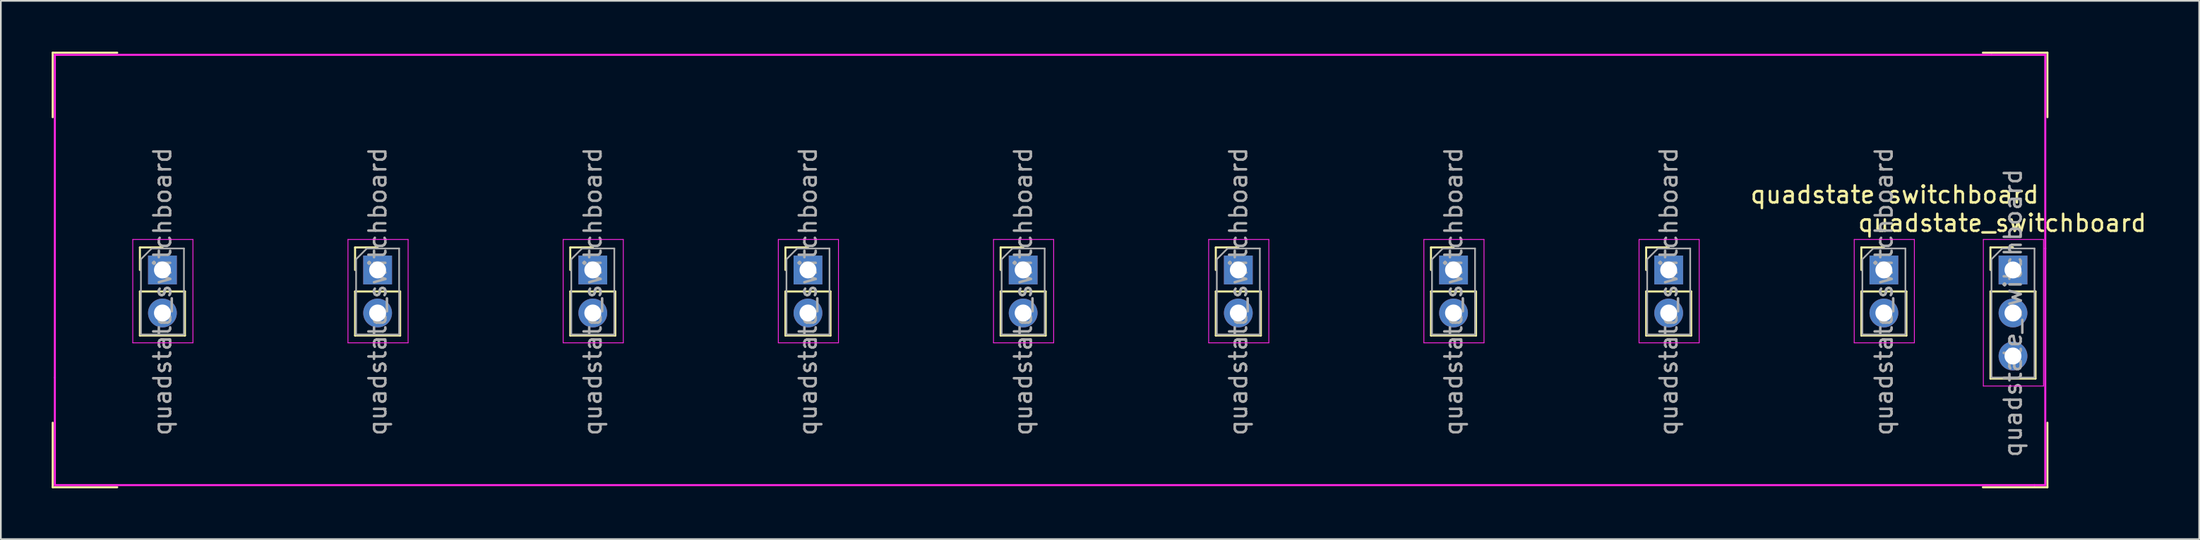
<source format=kicad_pcb>
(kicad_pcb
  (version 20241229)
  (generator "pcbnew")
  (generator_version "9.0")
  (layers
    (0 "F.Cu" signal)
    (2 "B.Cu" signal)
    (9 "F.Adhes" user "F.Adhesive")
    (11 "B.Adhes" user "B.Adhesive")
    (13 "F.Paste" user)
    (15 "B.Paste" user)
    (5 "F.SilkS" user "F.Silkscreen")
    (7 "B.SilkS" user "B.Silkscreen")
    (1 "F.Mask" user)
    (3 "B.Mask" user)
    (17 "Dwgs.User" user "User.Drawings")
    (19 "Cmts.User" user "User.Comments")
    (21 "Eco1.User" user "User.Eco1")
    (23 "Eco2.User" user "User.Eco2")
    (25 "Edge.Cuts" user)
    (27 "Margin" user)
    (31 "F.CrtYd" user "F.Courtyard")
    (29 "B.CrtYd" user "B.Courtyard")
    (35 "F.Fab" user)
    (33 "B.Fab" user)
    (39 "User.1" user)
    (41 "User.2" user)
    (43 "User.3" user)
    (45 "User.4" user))
  (footprint "quadstate_switchboard"
    (layer "F.Cu")
    (at 54.797 12.887)
    (property "Reference" "quadstate_switchboard" (at 60.325 -2.77 0) (layer "F.SilkS") (effects (font (size 1 1) (thickness 0.15))))
    (attr through_hole)
    (fp_line (start -54.737 -12.827) (end -54.737 -9.017) (stroke (width 0.12) (type solid)) (layer "F.SilkS"))
    (fp_line (start -54.737 -12.827) (end -50.927 -12.827) (stroke (width 0.12) (type solid)) (layer "F.SilkS"))
    (fp_line (start -54.737 12.827) (end -54.737 9.017) (stroke (width 0.12) (type solid)) (layer "F.SilkS"))
    (fp_line (start -54.737 12.827) (end -50.927 12.827) (stroke (width 0.12) (type solid)) (layer "F.SilkS"))
    (fp_line (start -49.59 -1.33) (end -49.59 0) (stroke (width 0.12) (type solid)) (layer "F.SilkS"))
    (fp_line (start -49.59 1.27) (end -49.59 3.87) (stroke (width 0.12) (type solid)) (layer "F.SilkS"))
    (fp_line (start -48.26 -1.33) (end -49.59 -1.33) (stroke (width 0.12) (type solid)) (layer "F.SilkS"))
    (fp_line (start -46.93 1.27) (end -49.59 1.27) (stroke (width 0.12) (type solid)) (layer "F.SilkS"))
    (fp_line (start -46.93 1.27) (end -46.93 3.87) (stroke (width 0.12) (type solid)) (layer "F.SilkS"))
    (fp_line (start -46.93 3.87) (end -49.59 3.87) (stroke (width 0.12) (type solid)) (layer "F.SilkS"))
    (fp_line (start -36.89 -1.33) (end -36.89 0) (stroke (width 0.12) (type solid)) (layer "F.SilkS"))
    (fp_line (start -36.89 1.27) (end -36.89 3.87) (stroke (width 0.12) (type solid)) (layer "F.SilkS"))
    (fp_line (start -35.56 -1.33) (end -36.89 -1.33) (stroke (width 0.12) (type solid)) (layer "F.SilkS"))
    (fp_line (start -34.23 1.27) (end -36.89 1.27) (stroke (width 0.12) (type solid)) (layer "F.SilkS"))
    (fp_line (start -34.23 1.27) (end -34.23 3.87) (stroke (width 0.12) (type solid)) (layer "F.SilkS"))
    (fp_line (start -34.23 3.87) (end -36.89 3.87) (stroke (width 0.12) (type solid)) (layer "F.SilkS"))
    (fp_line (start -24.19 -1.33) (end -24.19 0) (stroke (width 0.12) (type solid)) (layer "F.SilkS"))
    (fp_line (start -24.19 1.27) (end -24.19 3.87) (stroke (width 0.12) (type solid)) (layer "F.SilkS"))
    (fp_line (start -22.86 -1.33) (end -24.19 -1.33) (stroke (width 0.12) (type solid)) (layer "F.SilkS"))
    (fp_line (start -21.53 1.27) (end -24.19 1.27) (stroke (width 0.12) (type solid)) (layer "F.SilkS"))
    (fp_line (start -21.53 1.27) (end -21.53 3.87) (stroke (width 0.12) (type solid)) (layer "F.SilkS"))
    (fp_line (start -21.53 3.87) (end -24.19 3.87) (stroke (width 0.12) (type solid)) (layer "F.SilkS"))
    (fp_line (start -11.49 -1.33) (end -11.49 0) (stroke (width 0.12) (type solid)) (layer "F.SilkS"))
    (fp_line (start -11.49 1.27) (end -11.49 3.87) (stroke (width 0.12) (type solid)) (layer "F.SilkS"))
    (fp_line (start -10.16 -1.33) (end -11.49 -1.33) (stroke (width 0.12) (type solid)) (layer "F.SilkS"))
    (fp_line (start -8.83 1.27) (end -11.49 1.27) (stroke (width 0.12) (type solid)) (layer "F.SilkS"))
    (fp_line (start -8.83 1.27) (end -8.83 3.87) (stroke (width 0.12) (type solid)) (layer "F.SilkS"))
    (fp_line (start -8.83 3.87) (end -11.49 3.87) (stroke (width 0.12) (type solid)) (layer "F.SilkS"))
    (fp_line (start 1.21 -1.33) (end 1.21 0) (stroke (width 0.12) (type solid)) (layer "F.SilkS"))
    (fp_line (start 1.21 1.27) (end 1.21 3.87) (stroke (width 0.12) (type solid)) (layer "F.SilkS"))
    (fp_line (start 2.54 -1.33) (end 1.21 -1.33) (stroke (width 0.12) (type solid)) (layer "F.SilkS"))
    (fp_line (start 3.87 1.27) (end 1.21 1.27) (stroke (width 0.12) (type solid)) (layer "F.SilkS"))
    (fp_line (start 3.87 1.27) (end 3.87 3.87) (stroke (width 0.12) (type solid)) (layer "F.SilkS"))
    (fp_line (start 3.87 3.87) (end 1.21 3.87) (stroke (width 0.12) (type solid)) (layer "F.SilkS"))
    (fp_line (start 13.91 -1.33) (end 13.91 0) (stroke (width 0.12) (type solid)) (layer "F.SilkS"))
    (fp_line (start 13.91 1.27) (end 13.91 3.87) (stroke (width 0.12) (type solid)) (layer "F.SilkS"))
    (fp_line (start 15.24 -1.33) (end 13.91 -1.33) (stroke (width 0.12) (type solid)) (layer "F.SilkS"))
    (fp_line (start 16.57 1.27) (end 13.91 1.27) (stroke (width 0.12) (type solid)) (layer "F.SilkS"))
    (fp_line (start 16.57 1.27) (end 16.57 3.87) (stroke (width 0.12) (type solid)) (layer "F.SilkS"))
    (fp_line (start 16.57 3.87) (end 13.91 3.87) (stroke (width 0.12) (type solid)) (layer "F.SilkS"))
    (fp_line (start 26.61 -1.33) (end 26.61 0) (stroke (width 0.12) (type solid)) (layer "F.SilkS"))
    (fp_line (start 26.61 1.27) (end 26.61 3.87) (stroke (width 0.12) (type solid)) (layer "F.SilkS"))
    (fp_line (start 27.94 -1.33) (end 26.61 -1.33) (stroke (width 0.12) (type solid)) (layer "F.SilkS"))
    (fp_line (start 29.27 1.27) (end 26.61 1.27) (stroke (width 0.12) (type solid)) (layer "F.SilkS"))
    (fp_line (start 29.27 1.27) (end 29.27 3.87) (stroke (width 0.12) (type solid)) (layer "F.SilkS"))
    (fp_line (start 29.27 3.87) (end 26.61 3.87) (stroke (width 0.12) (type solid)) (layer "F.SilkS"))
    (fp_line (start 39.31 -1.33) (end 39.31 0) (stroke (width 0.12) (type solid)) (layer "F.SilkS"))
    (fp_line (start 39.31 1.27) (end 39.31 3.87) (stroke (width 0.12) (type solid)) (layer "F.SilkS"))
    (fp_line (start 40.64 -1.33) (end 39.31 -1.33) (stroke (width 0.12) (type solid)) (layer "F.SilkS"))
    (fp_line (start 41.97 1.27) (end 39.31 1.27) (stroke (width 0.12) (type solid)) (layer "F.SilkS"))
    (fp_line (start 41.97 1.27) (end 41.97 3.87) (stroke (width 0.12) (type solid)) (layer "F.SilkS"))
    (fp_line (start 41.97 3.87) (end 39.31 3.87) (stroke (width 0.12) (type solid)) (layer "F.SilkS"))
    (fp_line (start 52.01 -1.33) (end 52.01 0) (stroke (width 0.12) (type solid)) (layer "F.SilkS"))
    (fp_line (start 52.01 1.27) (end 52.01 3.87) (stroke (width 0.12) (type solid)) (layer "F.SilkS"))
    (fp_line (start 53.34 -1.33) (end 52.01 -1.33) (stroke (width 0.12) (type solid)) (layer "F.SilkS"))
    (fp_line (start 54.67 1.27) (end 52.01 1.27) (stroke (width 0.12) (type solid)) (layer "F.SilkS"))
    (fp_line (start 54.67 1.27) (end 54.67 3.87) (stroke (width 0.12) (type solid)) (layer "F.SilkS"))
    (fp_line (start 54.67 3.87) (end 52.01 3.87) (stroke (width 0.12) (type solid)) (layer "F.SilkS"))
    (fp_line (start 59.63 -1.33) (end 59.63 0) (stroke (width 0.12) (type solid)) (layer "F.SilkS"))
    (fp_line (start 59.63 1.27) (end 59.63 6.41) (stroke (width 0.12) (type solid)) (layer "F.SilkS"))
    (fp_line (start 60.96 -1.33) (end 59.63 -1.33) (stroke (width 0.12) (type solid)) (layer "F.SilkS"))
    (fp_line (start 62.29 1.27) (end 59.63 1.27) (stroke (width 0.12) (type solid)) (layer "F.SilkS"))
    (fp_line (start 62.29 1.27) (end 62.29 6.41) (stroke (width 0.12) (type solid)) (layer "F.SilkS"))
    (fp_line (start 62.29 6.41) (end 59.63 6.41) (stroke (width 0.12) (type solid)) (layer "F.SilkS"))
    (fp_line (start 62.992 -12.827) (end 59.182 -12.827) (stroke (width 0.12) (type solid)) (layer "F.SilkS"))
    (fp_line (start 62.992 -12.827) (end 62.992 -9.017) (stroke (width 0.12) (type solid)) (layer "F.SilkS"))
    (fp_line (start 62.992 12.827) (end 59.182 12.827) (stroke (width 0.12) (type solid)) (layer "F.SilkS"))
    (fp_line (start 62.992 12.827) (end 62.992 9.017) (stroke (width 0.12) (type solid)) (layer "F.SilkS"))
    (fp_line (start -54.61 -12.7) (end -54.61 6.35) (stroke (width 0.12) (type solid)) (layer "F.CrtYd"))
    (fp_line (start -54.61 12.7) (end -54.61 6.35) (stroke (width 0.12) (type solid)) (layer "F.CrtYd"))
    (fp_line (start -50.01 -1.8) (end -50.01 4.3) (stroke (width 0.05) (type solid)) (layer "F.CrtYd"))
    (fp_line (start -50.01 4.3) (end -46.46 4.3) (stroke (width 0.05) (type solid)) (layer "F.CrtYd"))
    (fp_line (start -46.46 -1.8) (end -50.01 -1.8) (stroke (width 0.05) (type solid)) (layer "F.CrtYd"))
    (fp_line (start -46.46 4.3) (end -46.46 -1.8) (stroke (width 0.05) (type solid)) (layer "F.CrtYd"))
    (fp_line (start -37.31 -1.8) (end -37.31 4.3) (stroke (width 0.05) (type solid)) (layer "F.CrtYd"))
    (fp_line (start -37.31 4.3) (end -33.76 4.3) (stroke (width 0.05) (type solid)) (layer "F.CrtYd"))
    (fp_line (start -33.76 -1.8) (end -37.31 -1.8) (stroke (width 0.05) (type solid)) (layer "F.CrtYd"))
    (fp_line (start -33.76 4.3) (end -33.76 -1.8) (stroke (width 0.05) (type solid)) (layer "F.CrtYd"))
    (fp_line (start -24.61 -1.8) (end -24.61 4.3) (stroke (width 0.05) (type solid)) (layer "F.CrtYd"))
    (fp_line (start -24.61 4.3) (end -21.06 4.3) (stroke (width 0.05) (type solid)) (layer "F.CrtYd"))
    (fp_line (start -21.06 -1.8) (end -24.61 -1.8) (stroke (width 0.05) (type solid)) (layer "F.CrtYd"))
    (fp_line (start -21.06 4.3) (end -21.06 -1.8) (stroke (width 0.05) (type solid)) (layer "F.CrtYd"))
    (fp_line (start -11.91 -1.8) (end -11.91 4.3) (stroke (width 0.05) (type solid)) (layer "F.CrtYd"))
    (fp_line (start -11.91 4.3) (end -8.36 4.3) (stroke (width 0.05) (type solid)) (layer "F.CrtYd"))
    (fp_line (start -8.36 -1.8) (end -11.91 -1.8) (stroke (width 0.05) (type solid)) (layer "F.CrtYd"))
    (fp_line (start -8.36 4.3) (end -8.36 -1.8) (stroke (width 0.05) (type solid)) (layer "F.CrtYd"))
    (fp_line (start 0.79 -1.8) (end 0.79 4.3) (stroke (width 0.05) (type solid)) (layer "F.CrtYd"))
    (fp_line (start 0.79 4.3) (end 4.34 4.3) (stroke (width 0.05) (type solid)) (layer "F.CrtYd"))
    (fp_line (start 4.34 -1.8) (end 0.79 -1.8) (stroke (width 0.05) (type solid)) (layer "F.CrtYd"))
    (fp_line (start 4.34 4.3) (end 4.34 -1.8) (stroke (width 0.05) (type solid)) (layer "F.CrtYd"))
    (fp_line (start 13.49 -1.8) (end 13.49 4.3) (stroke (width 0.05) (type solid)) (layer "F.CrtYd"))
    (fp_line (start 13.49 4.3) (end 17.04 4.3) (stroke (width 0.05) (type solid)) (layer "F.CrtYd"))
    (fp_line (start 17.04 -1.8) (end 13.49 -1.8) (stroke (width 0.05) (type solid)) (layer "F.CrtYd"))
    (fp_line (start 17.04 4.3) (end 17.04 -1.8) (stroke (width 0.05) (type solid)) (layer "F.CrtYd"))
    (fp_line (start 26.19 -1.8) (end 26.19 4.3) (stroke (width 0.05) (type solid)) (layer "F.CrtYd"))
    (fp_line (start 26.19 4.3) (end 29.74 4.3) (stroke (width 0.05) (type solid)) (layer "F.CrtYd"))
    (fp_line (start 29.74 -1.8) (end 26.19 -1.8) (stroke (width 0.05) (type solid)) (layer "F.CrtYd"))
    (fp_line (start 29.74 4.3) (end 29.74 -1.8) (stroke (width 0.05) (type solid)) (layer "F.CrtYd"))
    (fp_line (start 38.89 -1.8) (end 38.89 4.3) (stroke (width 0.05) (type solid)) (layer "F.CrtYd"))
    (fp_line (start 38.89 4.3) (end 42.44 4.3) (stroke (width 0.05) (type solid)) (layer "F.CrtYd"))
    (fp_line (start 42.44 -1.8) (end 38.89 -1.8) (stroke (width 0.05) (type solid)) (layer "F.CrtYd"))
    (fp_line (start 42.44 4.3) (end 42.44 -1.8) (stroke (width 0.05) (type solid)) (layer "F.CrtYd"))
    (fp_line (start 51.59 -1.8) (end 51.59 4.3) (stroke (width 0.05) (type solid)) (layer "F.CrtYd"))
    (fp_line (start 51.59 4.3) (end 55.14 4.3) (stroke (width 0.05) (type solid)) (layer "F.CrtYd"))
    (fp_line (start 55.14 -1.8) (end 51.59 -1.8) (stroke (width 0.05) (type solid)) (layer "F.CrtYd"))
    (fp_line (start 55.14 4.3) (end 55.14 -1.8) (stroke (width 0.05) (type solid)) (layer "F.CrtYd"))
    (fp_line (start 59.21 -1.8) (end 59.21 6.85) (stroke (width 0.05) (type solid)) (layer "F.CrtYd"))
    (fp_line (start 59.21 6.85) (end 62.76 6.85) (stroke (width 0.05) (type solid)) (layer "F.CrtYd"))
    (fp_line (start 59.69 -12.7) (end -54.61 -12.7) (stroke (width 0.12) (type solid)) (layer "F.CrtYd"))
    (fp_line (start 62.23 12.7) (end -54.61 12.7) (stroke (width 0.12) (type solid)) (layer "F.CrtYd"))
    (fp_line (start 62.76 -1.8) (end 59.21 -1.8) (stroke (width 0.05) (type solid)) (layer "F.CrtYd"))
    (fp_line (start 62.76 6.85) (end 62.76 -1.8) (stroke (width 0.05) (type solid)) (layer "F.CrtYd"))
    (fp_line (start 62.865 -12.7) (end 59.69 -12.7) (stroke (width 0.12) (type solid)) (layer "F.CrtYd"))
    (fp_line (start 62.865 -1.27) (end 62.865 -12.7) (stroke (width 0.12) (type solid)) (layer "F.CrtYd"))
    (fp_line (start 62.865 -1.27) (end 62.865 12.7) (stroke (width 0.12) (type solid)) (layer "F.CrtYd"))
    (fp_line (start 62.865 12.7) (end 62.23 12.7) (stroke (width 0.12) (type solid)) (layer "F.CrtYd"))
    (fp_line (start -49.53 -0.635) (end -49.53 3.81) (stroke (width 0.1) (type solid)) (layer "F.Fab"))
    (fp_line (start -49.53 3.81) (end -46.99 3.81) (stroke (width 0.1) (type solid)) (layer "F.Fab"))
    (fp_line (start -48.895 -1.27) (end -49.53 -0.635) (stroke (width 0.1) (type solid)) (layer "F.Fab"))
    (fp_line (start -46.99 -1.27) (end -48.895 -1.27) (stroke (width 0.1) (type solid)) (layer "F.Fab"))
    (fp_line (start -46.99 3.81) (end -46.99 -1.27) (stroke (width 0.1) (type solid)) (layer "F.Fab"))
    (fp_line (start -36.83 -0.635) (end -36.83 3.81) (stroke (width 0.1) (type solid)) (layer "F.Fab"))
    (fp_line (start -36.83 3.81) (end -34.29 3.81) (stroke (width 0.1) (type solid)) (layer "F.Fab"))
    (fp_line (start -36.195 -1.27) (end -36.83 -0.635) (stroke (width 0.1) (type solid)) (layer "F.Fab"))
    (fp_line (start -34.29 -1.27) (end -36.195 -1.27) (stroke (width 0.1) (type solid)) (layer "F.Fab"))
    (fp_line (start -34.29 3.81) (end -34.29 -1.27) (stroke (width 0.1) (type solid)) (layer "F.Fab"))
    (fp_line (start -24.13 -0.635) (end -24.13 3.81) (stroke (width 0.1) (type solid)) (layer "F.Fab"))
    (fp_line (start -24.13 3.81) (end -21.59 3.81) (stroke (width 0.1) (type solid)) (layer "F.Fab"))
    (fp_line (start -23.495 -1.27) (end -24.13 -0.635) (stroke (width 0.1) (type solid)) (layer "F.Fab"))
    (fp_line (start -21.59 -1.27) (end -23.495 -1.27) (stroke (width 0.1) (type solid)) (layer "F.Fab"))
    (fp_line (start -21.59 3.81) (end -21.59 -1.27) (stroke (width 0.1) (type solid)) (layer "F.Fab"))
    (fp_line (start -11.43 -0.635) (end -11.43 3.81) (stroke (width 0.1) (type solid)) (layer "F.Fab"))
    (fp_line (start -11.43 3.81) (end -8.89 3.81) (stroke (width 0.1) (type solid)) (layer "F.Fab"))
    (fp_line (start -10.795 -1.27) (end -11.43 -0.635) (stroke (width 0.1) (type solid)) (layer "F.Fab"))
    (fp_line (start -8.89 -1.27) (end -10.795 -1.27) (stroke (width 0.1) (type solid)) (layer "F.Fab"))
    (fp_line (start -8.89 3.81) (end -8.89 -1.27) (stroke (width 0.1) (type solid)) (layer "F.Fab"))
    (fp_line (start 1.27 -0.635) (end 1.27 3.81) (stroke (width 0.1) (type solid)) (layer "F.Fab"))
    (fp_line (start 1.27 3.81) (end 3.81 3.81) (stroke (width 0.1) (type solid)) (layer "F.Fab"))
    (fp_line (start 1.905 -1.27) (end 1.27 -0.635) (stroke (width 0.1) (type solid)) (layer "F.Fab"))
    (fp_line (start 3.81 -1.27) (end 1.905 -1.27) (stroke (width 0.1) (type solid)) (layer "F.Fab"))
    (fp_line (start 3.81 3.81) (end 3.81 -1.27) (stroke (width 0.1) (type solid)) (layer "F.Fab"))
    (fp_line (start 13.97 -0.635) (end 13.97 3.81) (stroke (width 0.1) (type solid)) (layer "F.Fab"))
    (fp_line (start 13.97 3.81) (end 16.51 3.81) (stroke (width 0.1) (type solid)) (layer "F.Fab"))
    (fp_line (start 14.605 -1.27) (end 13.97 -0.635) (stroke (width 0.1) (type solid)) (layer "F.Fab"))
    (fp_line (start 16.51 -1.27) (end 14.605 -1.27) (stroke (width 0.1) (type solid)) (layer "F.Fab"))
    (fp_line (start 16.51 3.81) (end 16.51 -1.27) (stroke (width 0.1) (type solid)) (layer "F.Fab"))
    (fp_line (start 26.67 -0.635) (end 26.67 3.81) (stroke (width 0.1) (type solid)) (layer "F.Fab"))
    (fp_line (start 26.67 3.81) (end 29.21 3.81) (stroke (width 0.1) (type solid)) (layer "F.Fab"))
    (fp_line (start 27.305 -1.27) (end 26.67 -0.635) (stroke (width 0.1) (type solid)) (layer "F.Fab"))
    (fp_line (start 29.21 -1.27) (end 27.305 -1.27) (stroke (width 0.1) (type solid)) (layer "F.Fab"))
    (fp_line (start 29.21 3.81) (end 29.21 -1.27) (stroke (width 0.1) (type solid)) (layer "F.Fab"))
    (fp_line (start 39.37 -0.635) (end 39.37 3.81) (stroke (width 0.1) (type solid)) (layer "F.Fab"))
    (fp_line (start 39.37 3.81) (end 41.91 3.81) (stroke (width 0.1) (type solid)) (layer "F.Fab"))
    (fp_line (start 40.005 -1.27) (end 39.37 -0.635) (stroke (width 0.1) (type solid)) (layer "F.Fab"))
    (fp_line (start 41.91 -1.27) (end 40.005 -1.27) (stroke (width 0.1) (type solid)) (layer "F.Fab"))
    (fp_line (start 41.91 3.81) (end 41.91 -1.27) (stroke (width 0.1) (type solid)) (layer "F.Fab"))
    (fp_line (start 52.07 -0.635) (end 52.07 3.81) (stroke (width 0.1) (type solid)) (layer "F.Fab"))
    (fp_line (start 52.07 3.81) (end 54.61 3.81) (stroke (width 0.1) (type solid)) (layer "F.Fab"))
    (fp_line (start 52.705 -1.27) (end 52.07 -0.635) (stroke (width 0.1) (type solid)) (layer "F.Fab"))
    (fp_line (start 54.61 -1.27) (end 52.705 -1.27) (stroke (width 0.1) (type solid)) (layer "F.Fab"))
    (fp_line (start 54.61 3.81) (end 54.61 -1.27) (stroke (width 0.1) (type solid)) (layer "F.Fab"))
    (fp_line (start 59.69 -0.635) (end 59.69 6.35) (stroke (width 0.1) (type solid)) (layer "F.Fab"))
    (fp_line (start 59.69 6.35) (end 62.23 6.35) (stroke (width 0.1) (type solid)) (layer "F.Fab"))
    (fp_line (start 60.325 -1.27) (end 59.69 -0.635) (stroke (width 0.1) (type solid)) (layer "F.Fab"))
    (fp_line (start 62.23 -1.27) (end 60.325 -1.27) (stroke (width 0.1) (type solid)) (layer "F.Fab"))
    (fp_line (start 62.23 6.35) (end 62.23 -1.27) (stroke (width 0.1) (type solid)) (layer "F.Fab"))
    (fp_text user "quadstate switchboard" (at 53.975 -4.445 0) (layer "F.SilkS") (effects (font (size 1 1) (thickness 0.15))))
    (fp_text user "${REFERENCE}" (at 2.54 1.27 90) (layer "F.Fab") (effects (font (size 1 1) (thickness 0.15))))
    (fp_text user "${REFERENCE}" (at 53.34 1.27 90) (layer "F.Fab") (effects (font (size 1 1) (thickness 0.15))))
    (fp_text user "${REFERENCE}" (at -10.16 1.27 90) (layer "F.Fab") (effects (font (size 1 1) (thickness 0.15))))
    (fp_text user "${REFERENCE}" (at 60.96 2.54 90) (layer "F.Fab") (effects (font (size 1 1) (thickness 0.15))))
    (fp_text user "${REFERENCE}" (at 40.64 1.27 90) (layer "F.Fab") (effects (font (size 1 1) (thickness 0.15))))
    (fp_text user "${REFERENCE}" (at -48.26 1.27 90) (layer "F.Fab") (effects (font (size 1 1) (thickness 0.15))))
    (fp_text user "${REFERENCE}" (at 15.24 1.27 90) (layer "F.Fab") (effects (font (size 1 1) (thickness 0.15))))
    (fp_text user "${REFERENCE}" (at -22.86 1.27 90) (layer "F.Fab") (effects (font (size 1 1) (thickness 0.15))))
    (fp_text user "${REFERENCE}" (at -35.56 1.27 90) (layer "F.Fab") (effects (font (size 1 1) (thickness 0.15))))
    (fp_text user "${REFERENCE}" (at 27.94 1.27 90) (layer "F.Fab") (effects (font (size 1 1) (thickness 0.15))))
    (pad "1" thru_hole rect (at 60.96 0) (size 1.7 1.7) (drill 1) (layers "*.Cu" "*.Mask"))
    (pad "2" thru_hole oval (at 60.96 2.54) (size 1.7 1.7) (drill 1) (layers "*.Cu" "*.Mask"))
    (pad "3" thru_hole oval (at 60.96 5.08) (size 1.7 1.7) (drill 1) (layers "*.Cu" "*.Mask"))
    (pad "4" thru_hole rect (at 53.34 0) (size 1.7 1.7) (drill 1) (layers "*.Cu" "*.Mask"))
    (pad "5" thru_hole oval (at 53.34 2.54) (size 1.7 1.7) (drill 1) (layers "*.Cu" "*.Mask"))
    (pad "6" thru_hole rect (at 40.64 0) (size 1.7 1.7) (drill 1) (layers "*.Cu" "*.Mask"))
    (pad "7" thru_hole oval (at 40.64 2.54) (size 1.7 1.7) (drill 1) (layers "*.Cu" "*.Mask"))
    (pad "8" thru_hole rect (at 27.94 0) (size 1.7 1.7) (drill 1) (layers "*.Cu" "*.Mask"))
    (pad "9" thru_hole oval (at 27.94 2.54) (size 1.7 1.7) (drill 1) (layers "*.Cu" "*.Mask"))
    (pad "10" thru_hole rect (at 15.24 0) (size 1.7 1.7) (drill 1) (layers "*.Cu" "*.Mask"))
    (pad "11" thru_hole oval (at 15.24 2.54) (size 1.7 1.7) (drill 1) (layers "*.Cu" "*.Mask"))
    (pad "12" thru_hole rect (at 2.54 0) (size 1.7 1.7) (drill 1) (layers "*.Cu" "*.Mask"))
    (pad "13" thru_hole oval (at 2.54 2.54) (size 1.7 1.7) (drill 1) (layers "*.Cu" "*.Mask"))
    (pad "14" thru_hole rect (at -10.16 0) (size 1.7 1.7) (drill 1) (layers "*.Cu" "*.Mask"))
    (pad "15" thru_hole oval (at -10.16 2.54) (size 1.7 1.7) (drill 1) (layers "*.Cu" "*.Mask"))
    (pad "16" thru_hole rect (at -22.86 0) (size 1.7 1.7) (drill 1) (layers "*.Cu" "*.Mask"))
    (pad "17" thru_hole oval (at -22.86 2.54) (size 1.7 1.7) (drill 1) (layers "*.Cu" "*.Mask"))
    (pad "18" thru_hole rect (at -35.56 0) (size 1.7 1.7) (drill 1) (layers "*.Cu" "*.Mask"))
    (pad "19" thru_hole oval (at -35.56 2.54) (size 1.7 1.7) (drill 1) (layers "*.Cu" "*.Mask"))
    (pad "20" thru_hole rect (at -48.26 0) (size 1.7 1.7) (drill 1) (layers "*.Cu" "*.Mask"))
    (pad "21" thru_hole oval (at -48.26 2.54) (size 1.7 1.7) (drill 1) (layers "*.Cu" "*.Mask")))
  (gr_rect
    (start -3 -3)
    (end 126.747 28.774)
    (stroke (width 0.1) (type default))
    (fill no)
    (layer "Edge.Cuts")))
</source>
